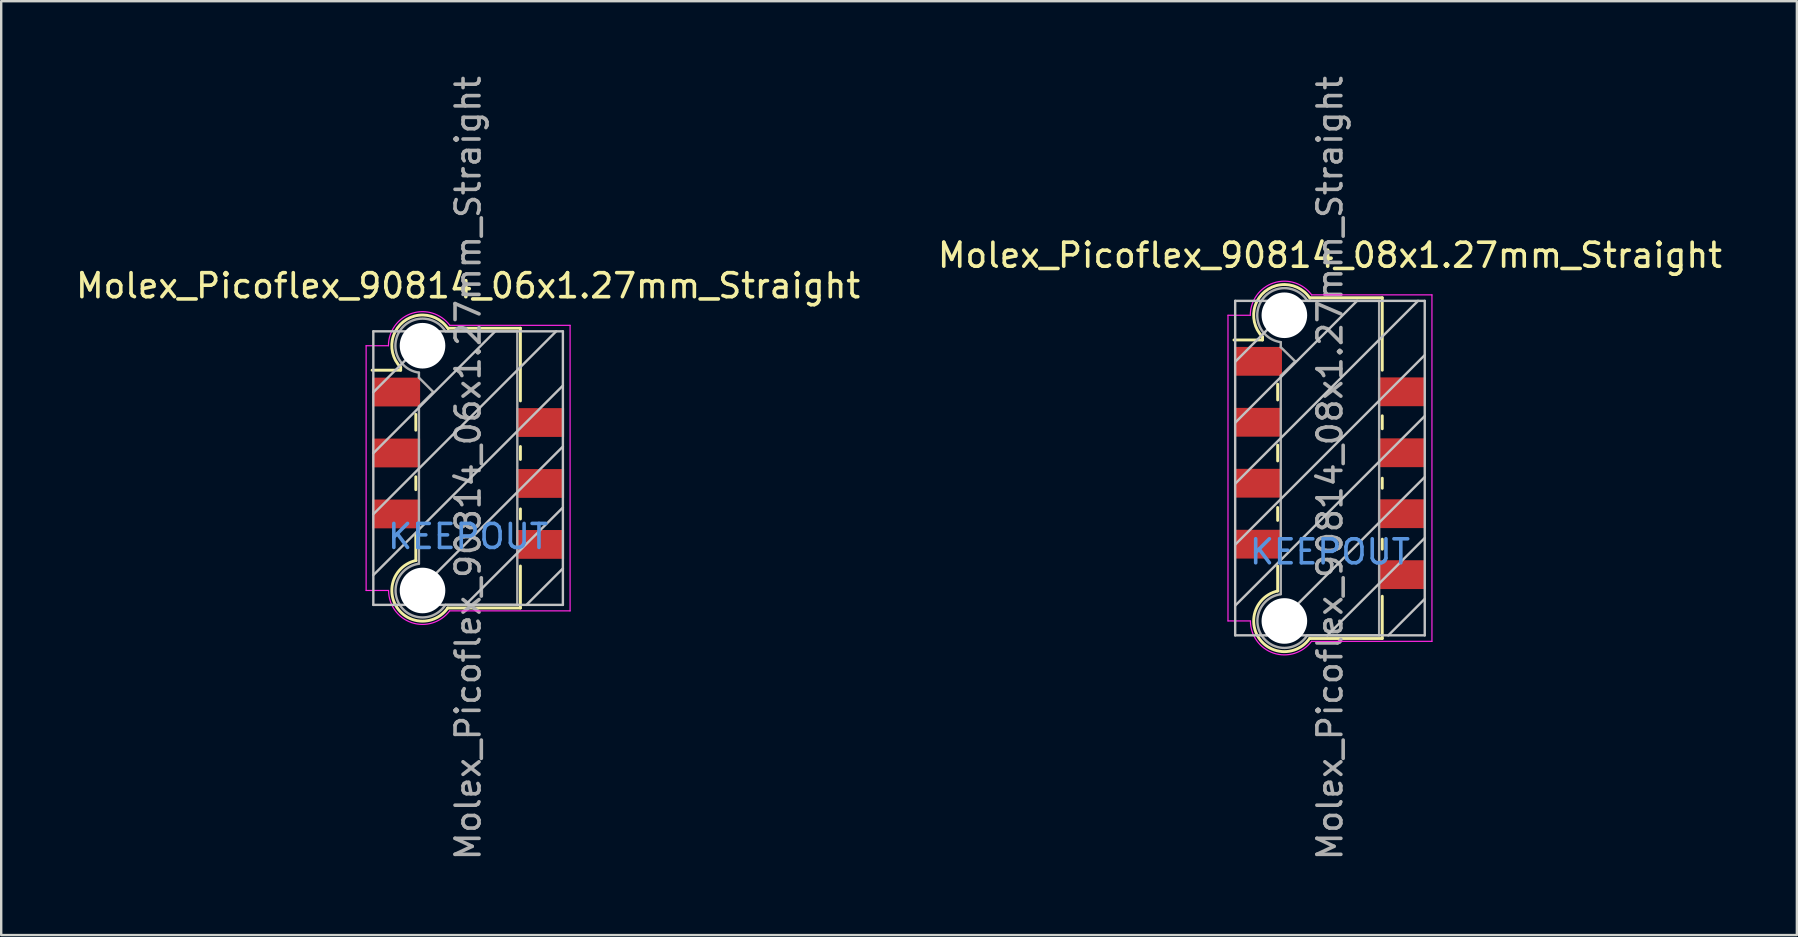
<source format=kicad_pcb>
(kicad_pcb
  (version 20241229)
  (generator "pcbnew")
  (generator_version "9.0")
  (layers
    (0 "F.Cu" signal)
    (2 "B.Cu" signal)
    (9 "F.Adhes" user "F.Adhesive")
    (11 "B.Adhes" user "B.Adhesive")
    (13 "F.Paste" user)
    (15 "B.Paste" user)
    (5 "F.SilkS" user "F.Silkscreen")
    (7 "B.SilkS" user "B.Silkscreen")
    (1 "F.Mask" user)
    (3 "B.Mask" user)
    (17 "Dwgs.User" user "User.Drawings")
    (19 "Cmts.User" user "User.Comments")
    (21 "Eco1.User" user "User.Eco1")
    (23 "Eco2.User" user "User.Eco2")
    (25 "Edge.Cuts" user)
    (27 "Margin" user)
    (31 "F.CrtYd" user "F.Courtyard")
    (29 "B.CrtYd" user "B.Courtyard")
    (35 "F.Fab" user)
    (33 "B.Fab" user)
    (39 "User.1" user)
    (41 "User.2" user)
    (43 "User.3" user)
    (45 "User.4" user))
  (footprint "Molex_Picoflex_90814_08x1.27mm_Straight"
    (layer "F.Cu")
    (at 52.375 16.458)
    (property "Reference" "Molex_Picoflex_90814_08x1.27mm_Straight" (at 0 -8.87 0) (layer "F.SilkS") (effects (font (size 1 1) (thickness 0.15))))
    (attr smd)
    (fp_line (start -2.81 -5.47) (end -2.81 -5.34) (stroke (width 0.12) (type solid)) (layer "F.SilkS"))
    (fp_line (start -2.81 -5.34) (end -4 -5.34) (stroke (width 0.12) (type solid)) (layer "F.SilkS"))
    (fp_line (start -2.18 -2.84) (end -2.18 -3.5) (stroke (width 0.12) (type solid)) (layer "F.SilkS"))
    (fp_line (start -2.18 -0.3) (end -2.18 -0.96) (stroke (width 0.12) (type solid)) (layer "F.SilkS"))
    (fp_line (start -2.18 2.18) (end -2.18 1.64) (stroke (width 0.12) (type solid)) (layer "F.SilkS"))
    (fp_line (start -2.18 5.12) (end -2.18 4.08) (stroke (width 0.12) (type solid)) (layer "F.SilkS"))
    (fp_line (start 2.18 -7.1) (end -0.82 -7.1) (stroke (width 0.12) (type solid)) (layer "F.SilkS"))
    (fp_line (start 2.18 -7.1) (end 2.18 -4.08) (stroke (width 0.12) (type solid)) (layer "F.SilkS"))
    (fp_line (start 2.18 -2.18) (end 2.18 -1.64) (stroke (width 0.12) (type solid)) (layer "F.SilkS"))
    (fp_line (start 2.18 0.42) (end 2.18 0.84) (stroke (width 0.12) (type solid)) (layer "F.SilkS"))
    (fp_line (start 2.18 2.96) (end 2.18 3.38) (stroke (width 0.12) (type solid)) (layer "F.SilkS"))
    (fp_line (start 2.18 5.34) (end 2.18 7.1) (stroke (width 0.12) (type solid)) (layer "F.SilkS"))
    (fp_line (start 2.18 7.1) (end -0.85 7.1) (stroke (width 0.12) (type solid)) (layer "F.SilkS"))
    (fp_arc (start -2.81 -5.47) (mid -2.708637 -7.362072) (end -0.834991 -7.079828) (stroke (width 0.12) (type solid)) (layer "F.SilkS"))
    (fp_arc (start -0.85 7.1) (mid -2.962791 7.081248) (end -2.174424 5.120964) (stroke (width 0.12) (type solid)) (layer "F.SilkS"))
    (fp_line (start -3.95 -6.97) (end -3.95 6.97) (stroke (width 0.1) (type solid)) (layer "Dwgs.User"))
    (fp_line (start -3.95 -4.43) (end -1.41 -6.97) (stroke (width 0.1) (type solid)) (layer "Dwgs.User"))
    (fp_line (start -3.95 -1.89) (end 1.13 -6.97) (stroke (width 0.1) (type solid)) (layer "Dwgs.User"))
    (fp_line (start -3.95 0.65) (end 3.67 -6.97) (stroke (width 0.1) (type solid)) (layer "Dwgs.User"))
    (fp_line (start -3.95 3.19) (end 3.95 -4.71) (stroke (width 0.1) (type solid)) (layer "Dwgs.User"))
    (fp_line (start -3.95 5.73) (end 3.95 -2.17) (stroke (width 0.1) (type solid)) (layer "Dwgs.User"))
    (fp_line (start -3.95 6.97) (end 3.95 6.97) (stroke (width 0.1) (type solid)) (layer "Dwgs.User"))
    (fp_line (start -2.65 6.97) (end 3.95 0.37) (stroke (width 0.1) (type solid)) (layer "Dwgs.User"))
    (fp_line (start -0.11 6.97) (end 3.95 2.91) (stroke (width 0.1) (type solid)) (layer "Dwgs.User"))
    (fp_line (start 2.43 6.97) (end 3.95 5.45) (stroke (width 0.1) (type solid)) (layer "Dwgs.User"))
    (fp_line (start 3.95 -6.97) (end -3.95 -6.97) (stroke (width 0.1) (type solid)) (layer "Dwgs.User"))
    (fp_line (start 3.95 6.97) (end 3.95 -6.97) (stroke (width 0.1) (type solid)) (layer "Dwgs.User"))
    (fp_line (start -4.25 6.37) (end -4.25 -6.37) (stroke (width 0.05) (type solid)) (layer "F.CrtYd"))
    (fp_line (start -3.32 -6.37) (end -4.25 -6.37) (stroke (width 0.05) (type solid)) (layer "F.CrtYd"))
    (fp_line (start -3.32 6.37) (end -4.25 6.37) (stroke (width 0.05) (type solid)) (layer "F.CrtYd"))
    (fp_line (start 4.25 -7.22) (end -0.76 -7.22) (stroke (width 0.05) (type solid)) (layer "F.CrtYd"))
    (fp_line (start 4.25 -7.22) (end 4.25 7.22) (stroke (width 0.05) (type solid)) (layer "F.CrtYd"))
    (fp_line (start 4.25 7.22) (end -0.77 7.22) (stroke (width 0.05) (type solid)) (layer "F.CrtYd"))
    (fp_arc (start -3.32 -6.37) (mid -2.344692 -7.718573) (end -0.758523 -7.214648) (stroke (width 0.05) (type solid)) (layer "F.CrtYd"))
    (fp_arc (start -0.77 7.22) (mid -2.348691 7.710924) (end -3.314001 6.368743) (stroke (width 0.05) (type solid)) (layer "F.CrtYd"))
    (fp_line (start -2.05 -5.04) (end -2.05 -5.25) (stroke (width 0.1) (type solid)) (layer "F.Fab"))
    (fp_line (start -2.05 -3.85) (end -1.45 -4.45) (stroke (width 0.1) (type solid)) (layer "F.Fab"))
    (fp_line (start -2.05 5.25) (end -2.05 -3.85) (stroke (width 0.1) (type solid)) (layer "F.Fab"))
    (fp_line (start -1.45 -4.45) (end -2.05 -5.04) (stroke (width 0.1) (type solid)) (layer "F.Fab"))
    (fp_line (start 2.05 -6.97) (end -0.93 -6.97) (stroke (width 0.1) (type solid)) (layer "F.Fab"))
    (fp_line (start 2.05 -6.97) (end 2.05 6.97) (stroke (width 0.1) (type solid)) (layer "F.Fab"))
    (fp_line (start 2.05 6.97) (end -0.95 6.97) (stroke (width 0.1) (type solid)) (layer "F.Fab"))
    (fp_arc (start -2.05 -5.25) (mid -2.851672 -6.979279) (end -0.945612 -6.975015) (stroke (width 0.1) (type solid)) (layer "F.Fab"))
    (fp_arc (start -0.95 6.97) (mid -2.845272 6.977422) (end -2.051022 5.256585) (stroke (width 0.1) (type solid)) (layer "F.Fab"))
    (fp_text user "KEEPOUT" (at 0 3.49 0) (layer "Cmts.User") (effects (font (size 1 1) (thickness 0.15))))
    (fp_text user "${REFERENCE}" (at 0 0 90) (layer "F.Fab") (effects (font (size 1 1) (thickness 0.15))))
    (pad "" np_thru_hole circle (at -1.9 -6.37) (size 1.9 1.9) (drill 1.9) (layers "*.Cu"))
    (pad "" np_thru_hole circle (at -1.9 6.37) (size 1.9 1.9) (drill 1.9) (layers "*.Cu"))
    (pad "1" smd rect (at -3 -4.45) (size 2 1.2) (layers "F.Cu" "F.Mask" "F.Paste"))
    (pad "2" smd rect (at 3 -3.18) (size 2 1.2) (layers "F.Cu" "F.Mask" "F.Paste"))
    (pad "3" smd rect (at -3 -1.91) (size 2 1.2) (layers "F.Cu" "F.Mask" "F.Paste"))
    (pad "4" smd rect (at 3 -0.64) (size 2 1.2) (layers "F.Cu" "F.Mask" "F.Paste"))
    (pad "5" smd rect (at -3 0.63) (size 2 1.2) (layers "F.Cu" "F.Mask" "F.Paste"))
    (pad "6" smd rect (at 3 1.9) (size 2 1.2) (layers "F.Cu" "F.Mask" "F.Paste"))
    (pad "7" smd rect (at -3 3.17) (size 2 1.2) (layers "F.Cu" "F.Mask" "F.Paste"))
    (pad "8" smd rect (at 3 4.44) (size 2 1.2) (layers "F.Cu" "F.Mask" "F.Paste")))
  (footprint "Molex_Picoflex_90814_06x1.27mm_Straight"
    (layer "F.Cu")
    (at 16.458 16.458)
    (property "Reference" "Molex_Picoflex_90814_06x1.27mm_Straight" (at 0 -7.6 0) (layer "F.SilkS") (effects (font (size 1 1) (thickness 0.15))))
    (attr smd)
    (fp_line (start -2.81 -4.2) (end -2.81 -4.08) (stroke (width 0.12) (type solid)) (layer "F.SilkS"))
    (fp_line (start -2.81 -4.08) (end -4 -4.08) (stroke (width 0.12) (type solid)) (layer "F.SilkS"))
    (fp_line (start -2.18 -1.58) (end -2.18 -2.24) (stroke (width 0.12) (type solid)) (layer "F.SilkS"))
    (fp_line (start -2.18 0.9) (end -2.18 0.36) (stroke (width 0.12) (type solid)) (layer "F.SilkS"))
    (fp_line (start -2.18 3.85) (end -2.18 2.8) (stroke (width 0.12) (type solid)) (layer "F.SilkS"))
    (fp_line (start 2.18 -5.83) (end -0.82 -5.83) (stroke (width 0.12) (type solid)) (layer "F.SilkS"))
    (fp_line (start 2.18 -5.83) (end 2.18 -2.8) (stroke (width 0.12) (type solid)) (layer "F.SilkS"))
    (fp_line (start 2.18 -0.9) (end 2.18 -0.36) (stroke (width 0.12) (type solid)) (layer "F.SilkS"))
    (fp_line (start 2.18 1.7) (end 2.18 2.12) (stroke (width 0.12) (type solid)) (layer "F.SilkS"))
    (fp_line (start 2.18 4.08) (end 2.18 5.83) (stroke (width 0.12) (type solid)) (layer "F.SilkS"))
    (fp_line (start 2.18 5.83) (end -0.85 5.83) (stroke (width 0.12) (type solid)) (layer "F.SilkS"))
    (fp_arc (start -2.81 -4.2) (mid -2.708637 -6.092072) (end -0.834991 -5.809828) (stroke (width 0.12) (type solid)) (layer "F.SilkS"))
    (fp_arc (start -0.85 5.83) (mid -2.962791 5.811248) (end -2.174424 3.850964) (stroke (width 0.12) (type solid)) (layer "F.SilkS"))
    (fp_line (start -3.95 -5.7) (end -3.95 5.7) (stroke (width 0.1) (type solid)) (layer "Dwgs.User"))
    (fp_line (start -3.95 -3.16) (end -1.41 -5.7) (stroke (width 0.1) (type solid)) (layer "Dwgs.User"))
    (fp_line (start -3.95 -0.62) (end 1.13 -5.7) (stroke (width 0.1) (type solid)) (layer "Dwgs.User"))
    (fp_line (start -3.95 1.92) (end 3.67 -5.7) (stroke (width 0.1) (type solid)) (layer "Dwgs.User"))
    (fp_line (start -3.95 4.46) (end 3.95 -3.44) (stroke (width 0.1) (type solid)) (layer "Dwgs.User"))
    (fp_line (start -3.95 5.7) (end 3.95 5.7) (stroke (width 0.1) (type solid)) (layer "Dwgs.User"))
    (fp_line (start -2.65 5.7) (end 3.95 -0.9) (stroke (width 0.1) (type solid)) (layer "Dwgs.User"))
    (fp_line (start -0.11 5.7) (end 3.95 1.64) (stroke (width 0.1) (type solid)) (layer "Dwgs.User"))
    (fp_line (start 2.43 5.7) (end 3.95 4.18) (stroke (width 0.1) (type solid)) (layer "Dwgs.User"))
    (fp_line (start 3.95 -5.7) (end -3.95 -5.7) (stroke (width 0.1) (type solid)) (layer "Dwgs.User"))
    (fp_line (start 3.95 5.7) (end 3.95 -5.7) (stroke (width 0.1) (type solid)) (layer "Dwgs.User"))
    (fp_line (start -4.25 5.1) (end -4.25 -5.1) (stroke (width 0.05) (type solid)) (layer "F.CrtYd"))
    (fp_line (start -3.32 -5.1) (end -4.25 -5.1) (stroke (width 0.05) (type solid)) (layer "F.CrtYd"))
    (fp_line (start -3.32 5.1) (end -4.25 5.1) (stroke (width 0.05) (type solid)) (layer "F.CrtYd"))
    (fp_line (start 4.25 -5.95) (end -0.76 -5.95) (stroke (width 0.05) (type solid)) (layer "F.CrtYd"))
    (fp_line (start 4.25 -5.95) (end 4.25 5.95) (stroke (width 0.05) (type solid)) (layer "F.CrtYd"))
    (fp_line (start 4.25 5.95) (end -0.77 5.95) (stroke (width 0.05) (type solid)) (layer "F.CrtYd"))
    (fp_arc (start -3.32 -5.1) (mid -2.344692 -6.448573) (end -0.758523 -5.944648) (stroke (width 0.05) (type solid)) (layer "F.CrtYd"))
    (fp_arc (start -0.77 5.95) (mid -2.348691 6.440924) (end -3.314001 5.098743) (stroke (width 0.05) (type solid)) (layer "F.CrtYd"))
    (fp_line (start -2.05 -3.77) (end -2.05 -3.98) (stroke (width 0.1) (type solid)) (layer "F.Fab"))
    (fp_line (start -2.05 -2.57) (end -1.45 -3.17) (stroke (width 0.1) (type solid)) (layer "F.Fab"))
    (fp_line (start -2.05 3.98) (end -2.05 -2.57) (stroke (width 0.1) (type solid)) (layer "F.Fab"))
    (fp_line (start -1.45 -3.17) (end -2.05 -3.77) (stroke (width 0.1) (type solid)) (layer "F.Fab"))
    (fp_line (start 2.05 -5.7) (end -0.93 -5.7) (stroke (width 0.1) (type solid)) (layer "F.Fab"))
    (fp_line (start 2.05 -5.7) (end 2.05 5.7) (stroke (width 0.1) (type solid)) (layer "F.Fab"))
    (fp_line (start 2.05 5.7) (end -0.95 5.7) (stroke (width 0.1) (type solid)) (layer "F.Fab"))
    (fp_arc (start -2.05 -3.98) (mid -2.851672 -5.709279) (end -0.945612 -5.705015) (stroke (width 0.1) (type solid)) (layer "F.Fab"))
    (fp_arc (start -0.95 5.7) (mid -2.845272 5.707422) (end -2.051022 3.986585) (stroke (width 0.1) (type solid)) (layer "F.Fab"))
    (fp_text user "KEEPOUT" (at 0 2.85 0) (layer "Cmts.User") (effects (font (size 1 1) (thickness 0.15))))
    (fp_text user "${REFERENCE}" (at 0 0 90) (layer "F.Fab") (effects (font (size 1 1) (thickness 0.15))))
    (pad "" np_thru_hole circle (at -1.9 -5.1) (size 1.9 1.9) (drill 1.9) (layers "*.Cu"))
    (pad "" np_thru_hole circle (at -1.9 5.1) (size 1.9 1.9) (drill 1.9) (layers "*.Cu"))
    (pad "1" smd rect (at -3 -3.17) (size 2 1.2) (layers "F.Cu" "F.Mask" "F.Paste"))
    (pad "2" smd rect (at 3 -1.9) (size 2 1.2) (layers "F.Cu" "F.Mask" "F.Paste"))
    (pad "3" smd rect (at -3 -0.63) (size 2 1.2) (layers "F.Cu" "F.Mask" "F.Paste"))
    (pad "4" smd rect (at 3 0.64) (size 2 1.2) (layers "F.Cu" "F.Mask" "F.Paste"))
    (pad "5" smd rect (at -3 1.91) (size 2 1.2) (layers "F.Cu" "F.Mask" "F.Paste"))
    (pad "6" smd rect (at 3 3.18) (size 2 1.2) (layers "F.Cu" "F.Mask" "F.Paste")))
  (gr_rect
    (start -3 -3)
    (end 71.833 35.917)
    (stroke (width 0.1) (type default))
    (fill no)
    (layer "Edge.Cuts")))
</source>
